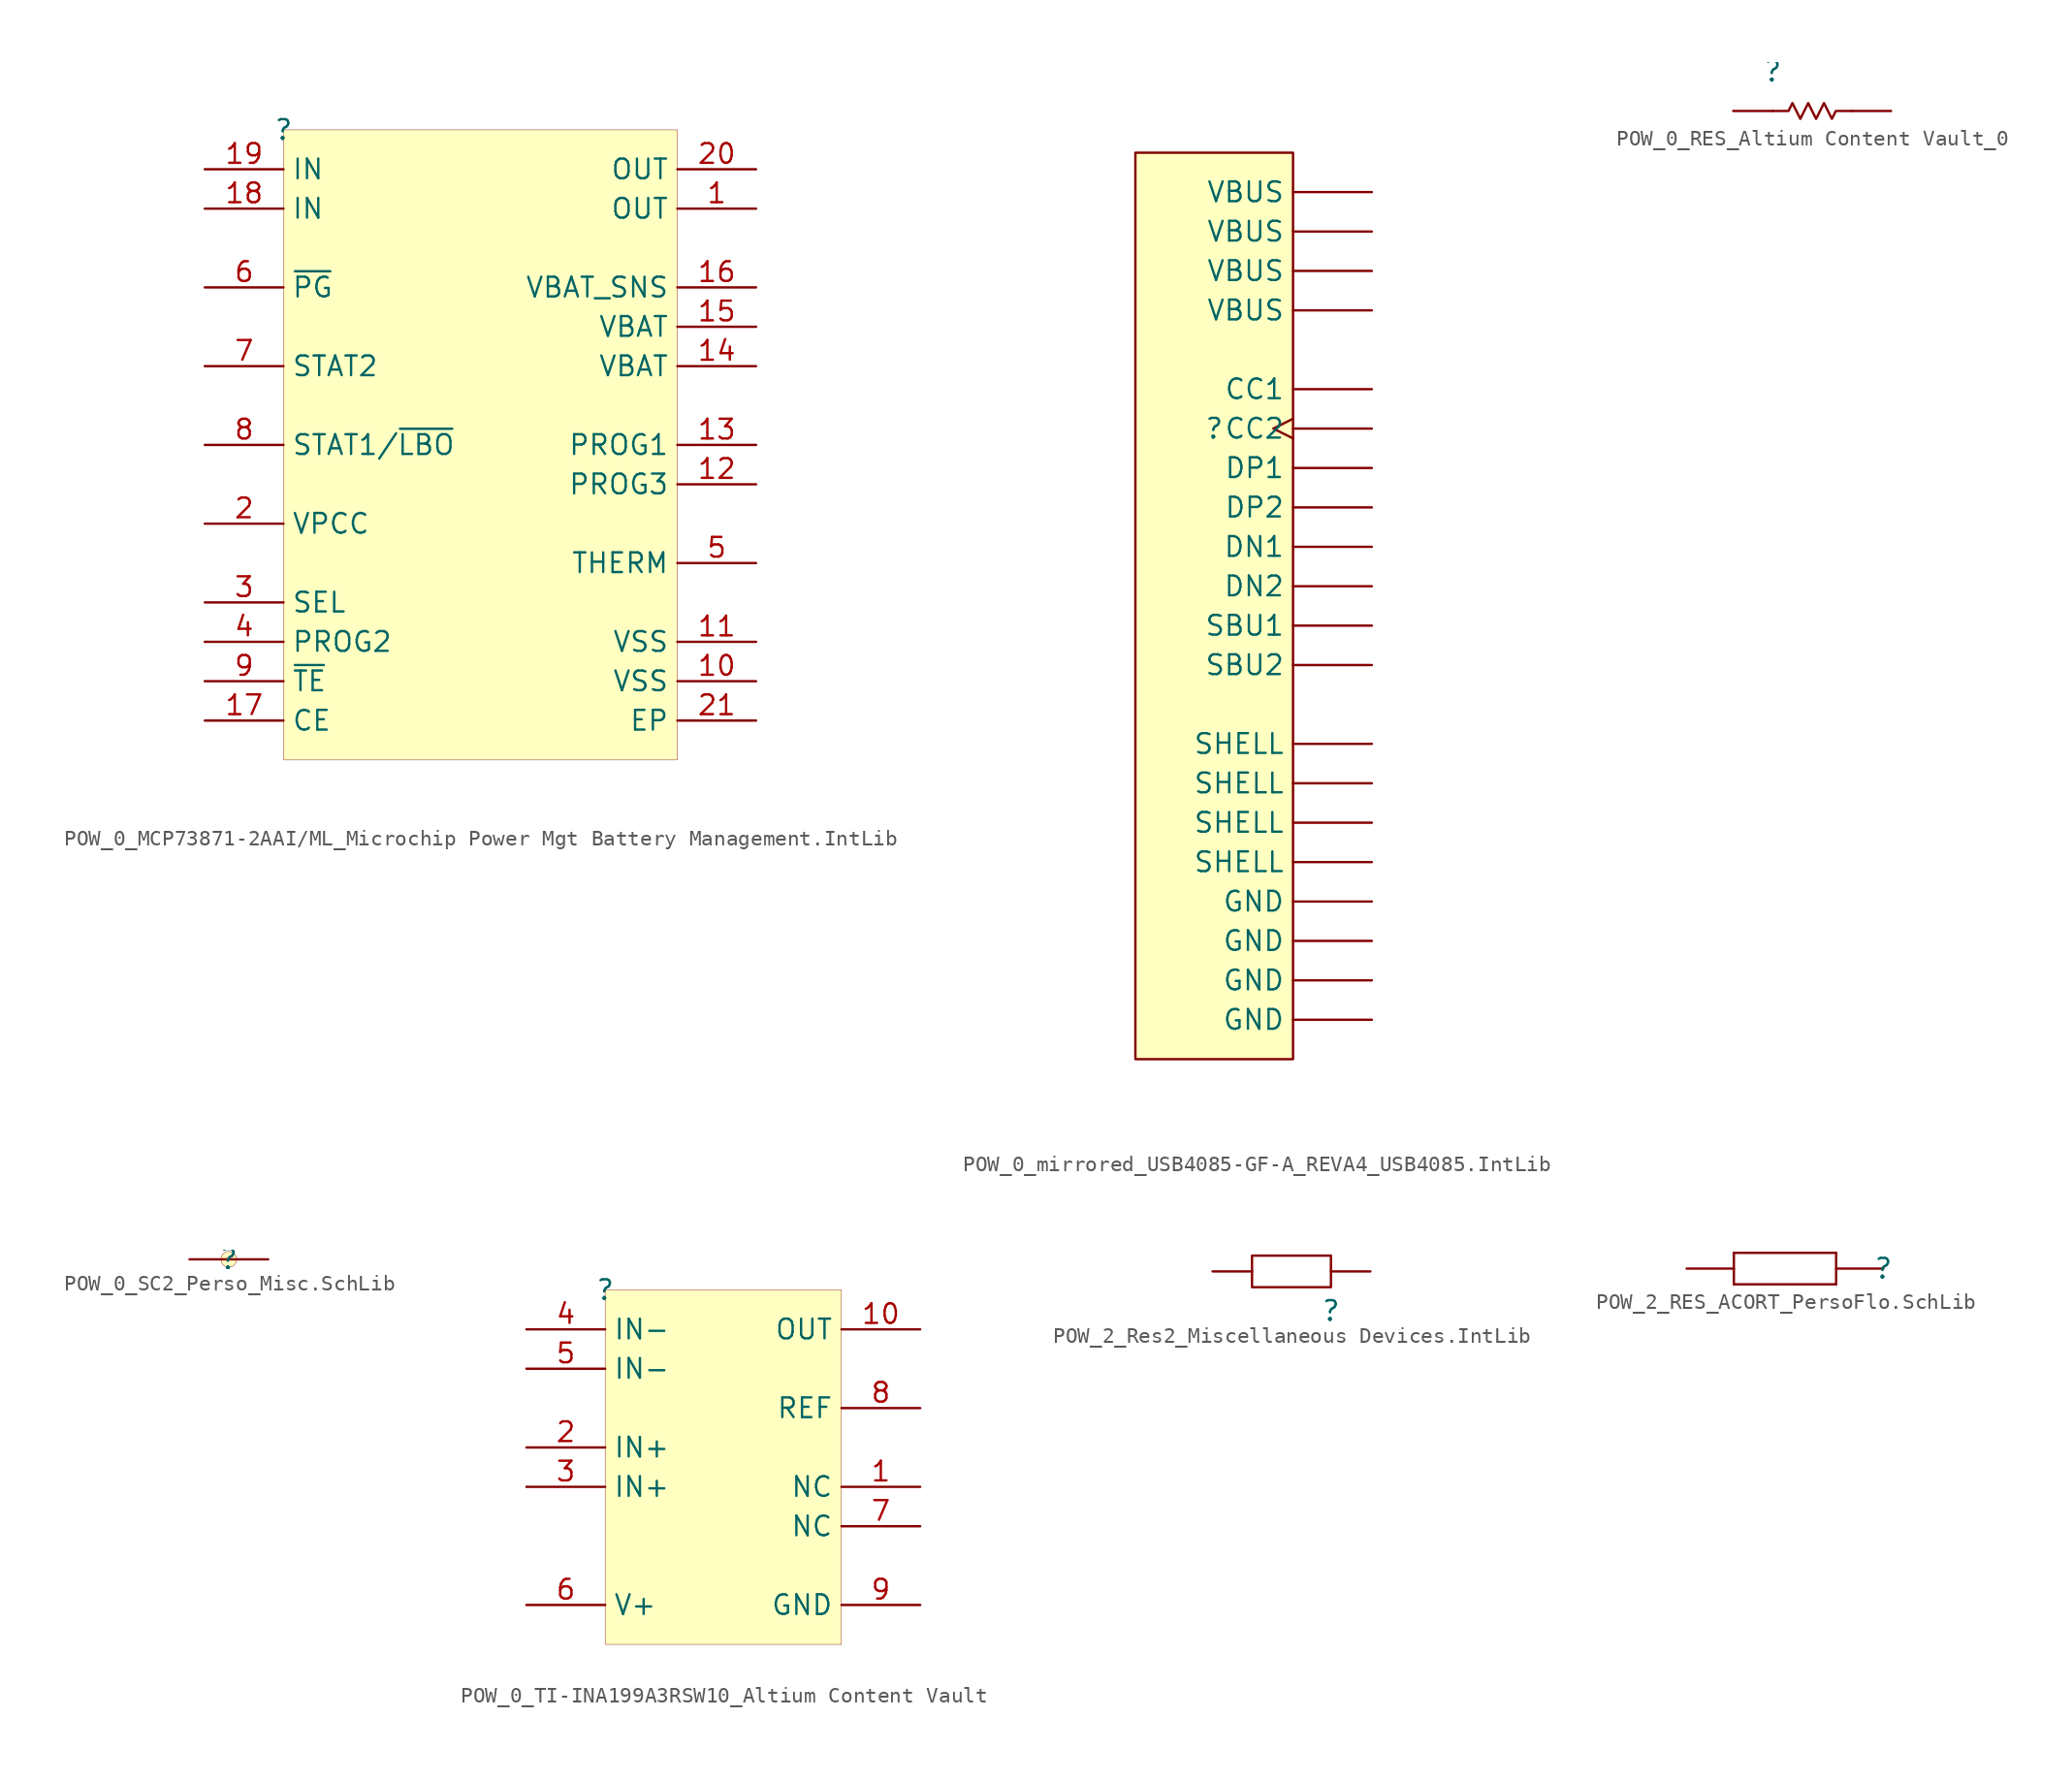
<source format=kicad_sym>
(kicad_symbol_lib
  (version 20241209)
  (generator "kicad_symbol_editor")
  (generator_version "9.0")
  (symbol "POW_0_MCP73871-2AAI/ML_Microchip Power Mgt Battery Management.IntLib"
    (property "Reference" ""
      (at 0 0 0)
      (effects (font (size 1.27 1.27))))
    (property "Value" ""
      (at 0 0 0)
      (effects (font (size 1.27 1.27))))
    (symbol "POW_0_MCP73871-2AAI/ML_Microchip Power Mgt Battery Management.IntLib_1_0"
      (rectangle (start 25.4 0) (end 0 -40.64) (stroke (width 0.025) (type solid) (color 128 0 0 1)) (fill (type background)))
      (pin power_in line (at -5.08 -2.54 0) (length 5.08) (name "IN" (effects (font (size 1.27 1.27)))) (number "19" (effects (font (size 1.27 1.27)))))
      (pin power_in line (at -5.08 -5.08 0) (length 5.08) (name "IN" (effects (font (size 1.27 1.27)))) (number "18" (effects (font (size 1.27 1.27)))))
      (pin open_collector line (at -5.08 -10.16 0) (length 5.08) (name "~{PG}" (effects (font (size 1.27 1.27)))) (number "6" (effects (font (size 1.27 1.27)))))
      (pin open_collector line (at -5.08 -15.24 0) (length 5.08) (name "STAT2" (effects (font (size 1.27 1.27)))) (number "7" (effects (font (size 1.27 1.27)))))
      (pin open_collector line (at -5.08 -20.32 0) (length 5.08) (name "STAT1/~{LBO}" (effects (font (size 1.27 1.27)))) (number "8" (effects (font (size 1.27 1.27)))))
      (pin input line (at -5.08 -25.4 0) (length 5.08) (name "VPCC" (effects (font (size 1.27 1.27)))) (number "2" (effects (font (size 1.27 1.27)))))
      (pin input line (at -5.08 -30.48 0) (length 5.08) (name "SEL" (effects (font (size 1.27 1.27)))) (number "3" (effects (font (size 1.27 1.27)))))
      (pin input line (at -5.08 -33.02 0) (length 5.08) (name "PROG2" (effects (font (size 1.27 1.27)))) (number "4" (effects (font (size 1.27 1.27)))))
      (pin input line (at -5.08 -35.56 0) (length 5.08) (name "~{TE}" (effects (font (size 1.27 1.27)))) (number "9" (effects (font (size 1.27 1.27)))))
      (pin input line (at -5.08 -38.1 0) (length 5.08) (name "CE" (effects (font (size 1.27 1.27)))) (number "17" (effects (font (size 1.27 1.27)))))
      (pin output line (at 30.48 -2.54 180) (length 5.08) (name "OUT" (effects (font (size 1.27 1.27)))) (number "20" (effects (font (size 1.27 1.27)))))
      (pin output line (at 30.48 -5.08 180) (length 5.08) (name "OUT" (effects (font (size 1.27 1.27)))) (number "1" (effects (font (size 1.27 1.27)))))
      (pin power_in line (at 30.48 -10.16 180) (length 5.08) (name "VBAT_SNS" (effects (font (size 1.27 1.27)))) (number "16" (effects (font (size 1.27 1.27)))))
      (pin power_in line (at 30.48 -12.7 180) (length 5.08) (name "VBAT" (effects (font (size 1.27 1.27)))) (number "15" (effects (font (size 1.27 1.27)))))
      (pin power_in line (at 30.48 -15.24 180) (length 5.08) (name "VBAT" (effects (font (size 1.27 1.27)))) (number "14" (effects (font (size 1.27 1.27)))))
      (pin bidirectional line (at 30.48 -20.32 180) (length 5.08) (name "PROG1" (effects (font (size 1.27 1.27)))) (number "13" (effects (font (size 1.27 1.27)))))
      (pin bidirectional line (at 30.48 -22.86 180) (length 5.08) (name "PROG3" (effects (font (size 1.27 1.27)))) (number "12" (effects (font (size 1.27 1.27)))))
      (pin bidirectional line (at 30.48 -27.94 180) (length 5.08) (name "THERM" (effects (font (size 1.27 1.27)))) (number "5" (effects (font (size 1.27 1.27)))))
      (pin power_in line (at 30.48 -33.02 180) (length 5.08) (name "VSS" (effects (font (size 1.27 1.27)))) (number "11" (effects (font (size 1.27 1.27)))))
      (pin power_in line (at 30.48 -35.56 180) (length 5.08) (name "VSS" (effects (font (size 1.27 1.27)))) (number "10" (effects (font (size 1.27 1.27)))))
      (pin power_in line (at 30.48 -38.1 180) (length 5.08) (name "EP" (effects (font (size 1.27 1.27)))) (number "21" (effects (font (size 1.27 1.27)))))))
  (symbol "POW_0_mirrored_USB4085-GF-A_REVA4_USB4085.IntLib"
    (pin_numbers
      (hide yes))
    (property "Reference" ""
      (at 0 0 0)
      (effects (font (size 1.27 1.27))))
    (property "Value" ""
      (at 0 0 0)
      (effects (font (size 1.27 1.27))))
    (symbol "POW_0_mirrored_USB4085-GF-A_REVA4_USB4085.IntLib_1_0"
      (rectangle (start 5.08 17.78) (end -5.08 -40.64) (stroke (width 0) (type solid) (color 128 0 0 1)) (fill (type background)))
      (pin power_in line (at 10.16 15.24 180) (length 5.08) (name "VBUS" (effects (font (size 1.27 1.27)))) (number "A4" (effects (font (size 1.27 1.27)))))
      (pin power_in line (at 10.16 12.7 180) (length 5.08) (name "VBUS" (effects (font (size 1.27 1.27)))) (number "A9" (effects (font (size 1.27 1.27)))))
      (pin power_in line (at 10.16 10.16 180) (length 5.08) (name "VBUS" (effects (font (size 1.27 1.27)))) (number "B4" (effects (font (size 1.27 1.27)))))
      (pin power_in line (at 10.16 7.62 180) (length 5.08) (name "VBUS" (effects (font (size 1.27 1.27)))) (number "B9" (effects (font (size 1.27 1.27)))))
      (pin bidirectional line (at 10.16 2.54 180) (length 5.08) (name "CC1" (effects (font (size 1.27 1.27)))) (number "A5" (effects (font (size 1.27 1.27)))))
      (pin bidirectional clock (at 10.16 0 180) (length 5.08) (name "CC2" (effects (font (size 1.27 1.27)))) (number "B5" (effects (font (size 1.27 1.27)))))
      (pin bidirectional line (at 10.16 -2.54 180) (length 5.08) (name "DP1" (effects (font (size 1.27 1.27)))) (number "A6" (effects (font (size 1.27 1.27)))))
      (pin bidirectional line (at 10.16 -5.08 180) (length 5.08) (name "DP2" (effects (font (size 1.27 1.27)))) (number "B6" (effects (font (size 1.27 1.27)))))
      (pin bidirectional line (at 10.16 -7.62 180) (length 5.08) (name "DN1" (effects (font (size 1.27 1.27)))) (number "A7" (effects (font (size 1.27 1.27)))))
      (pin bidirectional line (at 10.16 -10.16 180) (length 5.08) (name "DN2" (effects (font (size 1.27 1.27)))) (number "B7" (effects (font (size 1.27 1.27)))))
      (pin bidirectional line (at 10.16 -12.7 180) (length 5.08) (name "SBU1" (effects (font (size 1.27 1.27)))) (number "A8" (effects (font (size 1.27 1.27)))))
      (pin bidirectional line (at 10.16 -15.24 180) (length 5.08) (name "SBU2" (effects (font (size 1.27 1.27)))) (number "B8" (effects (font (size 1.27 1.27)))))
      (pin passive line (at 10.16 -20.32 180) (length 5.08) (name "SHELL" (effects (font (size 1.27 1.27)))) (number "P1" (effects (font (size 1.27 1.27)))))
      (pin passive line (at 10.16 -22.86 180) (length 5.08) (name "SHELL" (effects (font (size 1.27 1.27)))) (number "P2" (effects (font (size 1.27 1.27)))))
      (pin passive line (at 10.16 -25.4 180) (length 5.08) (name "SHELL" (effects (font (size 1.27 1.27)))) (number "P3" (effects (font (size 1.27 1.27)))))
      (pin passive line (at 10.16 -27.94 180) (length 5.08) (name "SHELL" (effects (font (size 1.27 1.27)))) (number "P4" (effects (font (size 1.27 1.27)))))
      (pin passive line (at 10.16 -30.48 180) (length 5.08) (name "GND" (effects (font (size 1.27 1.27)))) (number "A1" (effects (font (size 1.27 1.27)))))
      (pin passive line (at 10.16 -33.02 180) (length 5.08) (name "GND" (effects (font (size 1.27 1.27)))) (number "A12" (effects (font (size 1.27 1.27)))))
      (pin passive line (at 10.16 -35.56 180) (length 5.08) (name "GND" (effects (font (size 1.27 1.27)))) (number "B1" (effects (font (size 1.27 1.27)))))
      (pin passive line (at 10.16 -38.1 180) (length 5.08) (name "GND" (effects (font (size 1.27 1.27)))) (number "B12" (effects (font (size 1.27 1.27)))))))
  (symbol "POW_0_RES_Altium Content Vault_0"
    (pin_numbers
      (hide yes))
    (pin_names
      (hide yes))
    (property "Reference" ""
      (at 0 0 0)
      (effects (font (size 1.27 1.27))))
    (property "Value" ""
      (at 0 0 0)
      (effects (font (size 1.27 1.27))))
    (symbol "POW_0_RES_Altium Content Vault_0_1_0"
      (polyline (pts (xy 5.08 -2.54) (xy 4.064 -2.54) (xy 3.81 -3.048) (xy 3.302 -2.032) (xy 2.794 -3.048) (xy 2.286 -2.032) (xy 1.778 -3.048) (xy 1.27 -2.032) (xy 1.016 -2.54) (xy 0 -2.54)) (stroke (width 0) (type solid)) (fill (type none)))
      (pin passive line (at -2.54 -2.54 0) (length 2.54) (name "1" (effects (font (size 1.27 1.27)))) (number "1" (effects (font (size 1.27 1.27)))))
      (pin passive line (at 7.62 -2.54 180) (length 2.54) (name "2" (effects (font (size 1.27 1.27)))) (number "2" (effects (font (size 1.27 1.27)))))))
  (symbol "POW_0_SC2_Perso_Misc.SchLib"
    (pin_numbers
      (hide yes))
    (pin_names
      (hide yes))
    (property "Reference" ""
      (at 0 0 0)
      (effects (font (size 1.27 1.27))))
    (property "Value" ""
      (at 0 0 0)
      (effects (font (size 1.27 1.27))))
    (symbol "POW_0_SC2_Perso_Misc.SchLib_1_0"
      (circle (center 0 0) (radius 0.508) (stroke (width 0.025) (type solid)) (fill (type background)))
      (pin passive line (at -2.54 0 0) (length 2.54) (name "2" (effects (font (size 1.27 1.27)))) (number "2" (effects (font (size 1.27 1.27)))))
      (pin passive line (at 2.54 0 180) (length 2.54) (name "1" (effects (font (size 1.27 1.27)))) (number "1" (effects (font (size 1.27 1.27)))))))
  (symbol "POW_0_TI-INA199A3RSW10_Altium Content Vault"
    (property "Reference" ""
      (at 0 0 0)
      (effects (font (size 1.27 1.27))))
    (property "Value" ""
      (at 0 0 0)
      (effects (font (size 1.27 1.27))))
    (symbol "POW_0_TI-INA199A3RSW10_Altium Content Vault_1_0"
      (rectangle (start 15.24 0) (end 0 -22.86) (stroke (width 0.025) (type solid) (color 128 0 0 1)) (fill (type background)))
      (pin input line (at -5.08 -2.54 0) (length 5.08) (name "IN-" (effects (font (size 1.27 1.27)))) (number "4" (effects (font (size 1.27 1.27)))))
      (pin input line (at -5.08 -5.08 0) (length 5.08) (name "IN-" (effects (font (size 1.27 1.27)))) (number "5" (effects (font (size 1.27 1.27)))))
      (pin input line (at -5.08 -10.16 0) (length 5.08) (name "IN+" (effects (font (size 1.27 1.27)))) (number "2" (effects (font (size 1.27 1.27)))))
      (pin input line (at -5.08 -12.7 0) (length 5.08) (name "IN+" (effects (font (size 1.27 1.27)))) (number "3" (effects (font (size 1.27 1.27)))))
      (pin power_in line (at -5.08 -20.32 0) (length 5.08) (name "V+" (effects (font (size 1.27 1.27)))) (number "6" (effects (font (size 1.27 1.27)))))
      (pin output line (at 20.32 -2.54 180) (length 5.08) (name "OUT" (effects (font (size 1.27 1.27)))) (number "10" (effects (font (size 1.27 1.27)))))
      (pin input line (at 20.32 -7.62 180) (length 5.08) (name "REF" (effects (font (size 1.27 1.27)))) (number "8" (effects (font (size 1.27 1.27)))))
      (pin passive line (at 20.32 -12.7 180) (length 5.08) (name "NC" (effects (font (size 1.27 1.27)))) (number "1" (effects (font (size 1.27 1.27)))))
      (pin passive line (at 20.32 -15.24 180) (length 5.08) (name "NC" (effects (font (size 1.27 1.27)))) (number "7" (effects (font (size 1.27 1.27)))))
      (pin power_in line (at 20.32 -20.32 180) (length 5.08) (name "GND" (effects (font (size 1.27 1.27)))) (number "9" (effects (font (size 1.27 1.27)))))))
  (symbol "POW_2_Res2_Miscellaneous Devices.IntLib"
    (pin_numbers
      (hide yes))
    (pin_names
      (hide yes))
    (property "Reference" ""
      (at 0 0 0)
      (effects (font (size 1.27 1.27))))
    (property "Value" ""
      (at 0 0 0)
      (effects (font (size 1.27 1.27))))
    (symbol "POW_2_Res2_Miscellaneous Devices.IntLib_1_0"
      (rectangle (start 0 3.556) (end -5.08 1.524) (stroke (width 0) (type solid)) (fill (type none)))
      (pin passive line (at -7.62 2.54 0) (length 2.54) (name "2" (effects (font (size 1.27 1.27)))) (number "2" (effects (font (size 1.27 1.27)))))
      (pin passive line (at 2.54 2.54 180) (length 2.54) (name "1" (effects (font (size 1.27 1.27)))) (number "1" (effects (font (size 1.27 1.27)))))))
  (symbol "POW_2_RES_ACORT_PersoFlo.SchLib"
    (pin_numbers
      (hide yes))
    (pin_names
      (hide yes))
    (property "Reference" ""
      (at 0 0 0)
      (effects (font (size 1.27 1.27))))
    (property "Value" ""
      (at 0 0 0)
      (effects (font (size 1.27 1.27))))
    (symbol "POW_2_RES_ACORT_PersoFlo.SchLib_1_0"
      (polyline (pts (xy -9.652 -1.016) (xy -9.652 1.016)) (stroke (width 0) (type solid)) (fill (type none)))
      (polyline (pts (xy -3.048 1.016) (xy -9.652 1.016)) (stroke (width 0) (type solid)) (fill (type none)))
      (polyline (pts (xy -3.048 -1.016) (xy -9.652 -1.016)) (stroke (width 0) (type solid)) (fill (type none)))
      (polyline (pts (xy -3.048 -1.016) (xy -3.048 1.016)) (stroke (width 0) (type solid)) (fill (type none)))
      (pin passive line (at -12.7 0 0) (length 3.048) (name "" (effects (font (size 1.27 1.27)))) (number "2" (effects (font (size 1.27 1.27)))))
      (pin passive line (at 0 0 180) (length 3.048) (name "" (effects (font (size 1.27 1.27)))) (number "1" (effects (font (size 1.27 1.27))))))))
</source>
